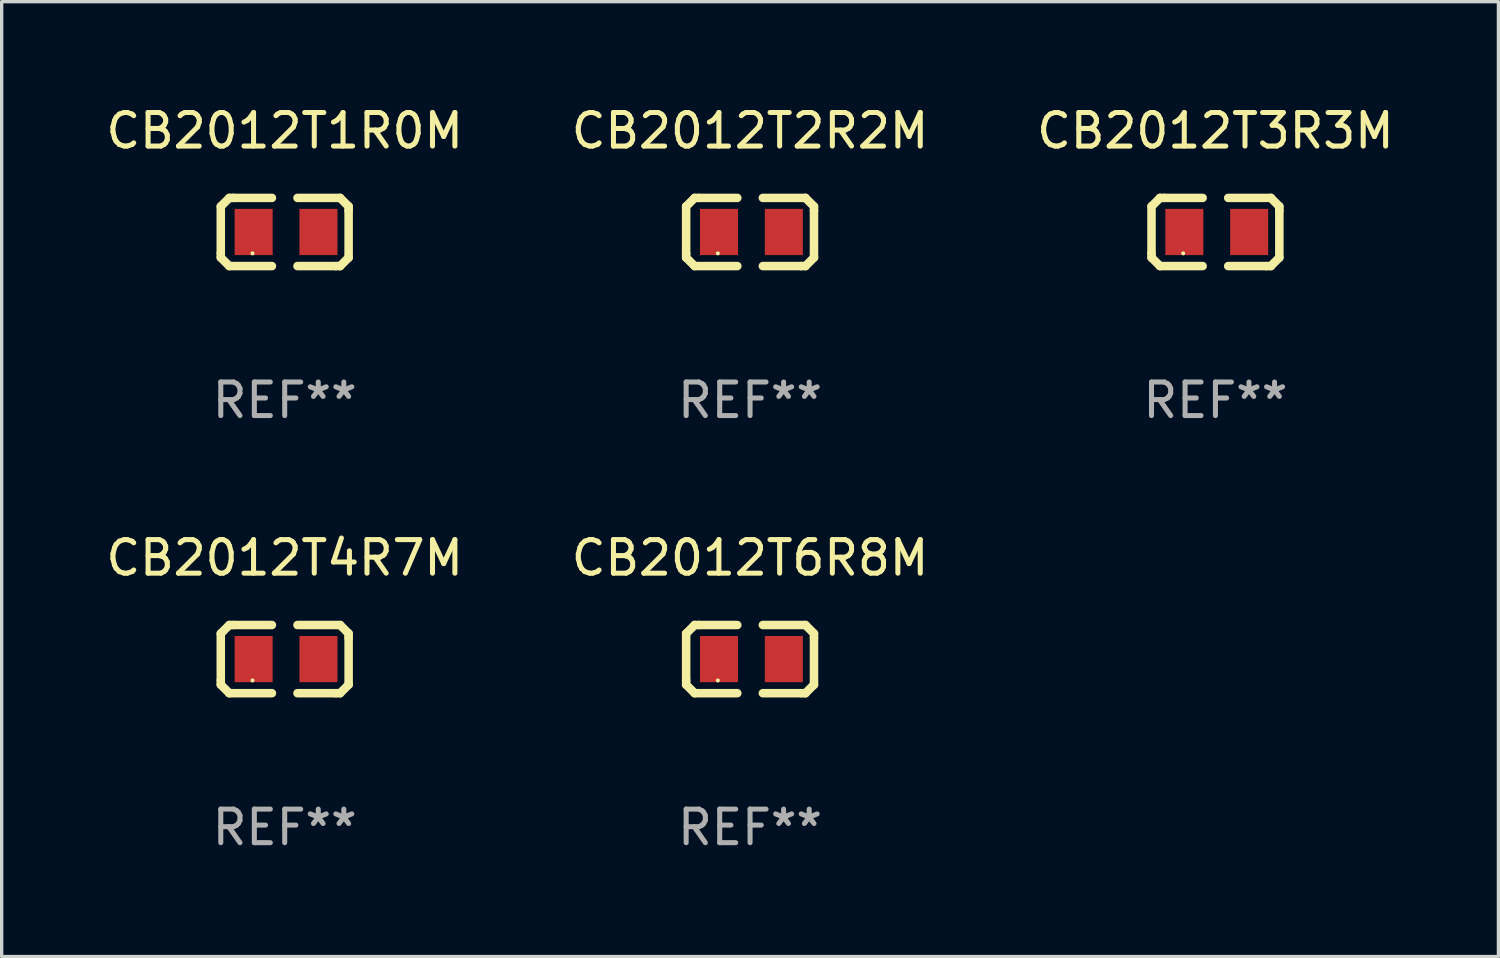
<source format=kicad_pcb>
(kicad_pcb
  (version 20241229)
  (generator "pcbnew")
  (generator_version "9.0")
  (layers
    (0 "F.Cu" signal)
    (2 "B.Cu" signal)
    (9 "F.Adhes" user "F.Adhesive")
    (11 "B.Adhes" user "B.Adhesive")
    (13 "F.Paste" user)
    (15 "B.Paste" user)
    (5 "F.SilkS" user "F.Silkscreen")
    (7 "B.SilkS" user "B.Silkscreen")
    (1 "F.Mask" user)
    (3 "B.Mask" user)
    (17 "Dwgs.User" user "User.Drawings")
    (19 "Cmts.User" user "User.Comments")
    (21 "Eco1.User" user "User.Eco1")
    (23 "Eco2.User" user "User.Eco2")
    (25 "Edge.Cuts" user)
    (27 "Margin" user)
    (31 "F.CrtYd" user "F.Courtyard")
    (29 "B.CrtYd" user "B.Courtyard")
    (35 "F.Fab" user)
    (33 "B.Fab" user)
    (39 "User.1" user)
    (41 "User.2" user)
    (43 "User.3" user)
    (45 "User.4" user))
  (footprint "CB2012T2R2M"
    (layer "F.Cu")
    (at 19.304 3.864)
    (property "Reference" "CB2012T2R2M" (at 0 -3.016 0) (layer "F.SilkS") (effects (font (size 1 1) (thickness 0.15))))
    (attr through_hole)
    (fp_line (start -1.905 -0.762) (end -1.905 0.635) (stroke (width 0.254) (type solid)) (layer "F.SilkS"))
    (fp_line (start -1.905 0.635) (end -1.905 0.762) (stroke (width 0.254) (type solid)) (layer "F.SilkS"))
    (fp_line (start -1.905 0.762) (end -1.651 1.016) (stroke (width 0.254) (type solid)) (layer "F.SilkS"))
    (fp_line (start -1.651 -1.016) (end -1.905 -0.762) (stroke (width 0.254) (type solid)) (layer "F.SilkS"))
    (fp_line (start -1.651 1.016) (end -0.381 1.016) (stroke (width 0.254) (type solid)) (layer "F.SilkS"))
    (fp_line (start -1.524 -1.016) (end -1.651 -1.016) (stroke (width 0.254) (type solid)) (layer "F.SilkS"))
    (fp_line (start -0.381 -1.016) (end -1.524 -1.016) (stroke (width 0.254) (type solid)) (layer "F.SilkS"))
    (fp_line (start 0.381 1.016) (end 1.524 1.016) (stroke (width 0.254) (type solid)) (layer "F.SilkS"))
    (fp_line (start 1.524 1.016) (end 1.651 1.016) (stroke (width 0.254) (type solid)) (layer "F.SilkS"))
    (fp_line (start 1.651 -1.016) (end 0.381 -1.016) (stroke (width 0.254) (type solid)) (layer "F.SilkS"))
    (fp_line (start 1.651 1.016) (end 1.905 0.762) (stroke (width 0.254) (type solid)) (layer "F.SilkS"))
    (fp_line (start 1.905 -0.762) (end 1.651 -1.016) (stroke (width 0.254) (type solid)) (layer "F.SilkS"))
    (fp_line (start 1.905 -0.635) (end 1.905 -0.762) (stroke (width 0.254) (type solid)) (layer "F.SilkS"))
    (fp_line (start 1.905 0.762) (end 1.905 -0.635) (stroke (width 0.254) (type solid)) (layer "F.SilkS"))
    (fp_circle (center -0.96 0.637) (end -0.93 0.637) (stroke (width 0.06) (type solid)) (fill no) (layer "F.SilkS"))
    (fp_text user "REF**" (at 0 5.016 0) (layer "F.Fab") (effects (font (size 1 1) (thickness 0.15))))
    (pad "1" smd rect (at -0.926 -0.000051) (size 1.133 1.377) (layers "F.Cu" "F.Mask" "F.Paste"))
    (pad "2" smd rect (at 1.006 -0.000051) (size 1.133 1.377) (layers "F.Cu" "F.Mask" "F.Paste")))
  (footprint "CB2012T3R3M"
    (layer "F.Cu")
    (at 33.173 3.864)
    (property "Reference" "CB2012T3R3M" (at 0 -3.016 0) (layer "F.SilkS") (effects (font (size 1 1) (thickness 0.15))))
    (attr through_hole)
    (fp_line (start -1.905 -0.762) (end -1.905 0.635) (stroke (width 0.254) (type solid)) (layer "F.SilkS"))
    (fp_line (start -1.905 0.635) (end -1.905 0.762) (stroke (width 0.254) (type solid)) (layer "F.SilkS"))
    (fp_line (start -1.905 0.762) (end -1.651 1.016) (stroke (width 0.254) (type solid)) (layer "F.SilkS"))
    (fp_line (start -1.651 -1.016) (end -1.905 -0.762) (stroke (width 0.254) (type solid)) (layer "F.SilkS"))
    (fp_line (start -1.651 1.016) (end -0.381 1.016) (stroke (width 0.254) (type solid)) (layer "F.SilkS"))
    (fp_line (start -1.524 -1.016) (end -1.651 -1.016) (stroke (width 0.254) (type solid)) (layer "F.SilkS"))
    (fp_line (start -0.381 -1.016) (end -1.524 -1.016) (stroke (width 0.254) (type solid)) (layer "F.SilkS"))
    (fp_line (start 0.381 1.016) (end 1.524 1.016) (stroke (width 0.254) (type solid)) (layer "F.SilkS"))
    (fp_line (start 1.524 1.016) (end 1.651 1.016) (stroke (width 0.254) (type solid)) (layer "F.SilkS"))
    (fp_line (start 1.651 -1.016) (end 0.381 -1.016) (stroke (width 0.254) (type solid)) (layer "F.SilkS"))
    (fp_line (start 1.651 1.016) (end 1.905 0.762) (stroke (width 0.254) (type solid)) (layer "F.SilkS"))
    (fp_line (start 1.905 -0.762) (end 1.651 -1.016) (stroke (width 0.254) (type solid)) (layer "F.SilkS"))
    (fp_line (start 1.905 -0.635) (end 1.905 -0.762) (stroke (width 0.254) (type solid)) (layer "F.SilkS"))
    (fp_line (start 1.905 0.762) (end 1.905 -0.635) (stroke (width 0.254) (type solid)) (layer "F.SilkS"))
    (fp_circle (center -0.96 0.637) (end -0.93 0.637) (stroke (width 0.06) (type solid)) (fill no) (layer "F.SilkS"))
    (fp_text user "REF**" (at 0 5.016 0) (layer "F.Fab") (effects (font (size 1 1) (thickness 0.15))))
    (pad "1" smd rect (at -0.926 -0.000051) (size 1.133 1.377) (layers "F.Cu" "F.Mask" "F.Paste"))
    (pad "2" smd rect (at 1.006 -0.000051) (size 1.133 1.377) (layers "F.Cu" "F.Mask" "F.Paste")))
  (footprint "CB2012T6R8M"
    (layer "F.Cu")
    (at 19.304 16.593)
    (property "Reference" "CB2012T6R8M" (at 0 -3.016 0) (layer "F.SilkS") (effects (font (size 1 1) (thickness 0.15))))
    (attr through_hole)
    (fp_line (start -1.905 -0.762) (end -1.905 0.635) (stroke (width 0.254) (type solid)) (layer "F.SilkS"))
    (fp_line (start -1.905 0.635) (end -1.905 0.762) (stroke (width 0.254) (type solid)) (layer "F.SilkS"))
    (fp_line (start -1.905 0.762) (end -1.651 1.016) (stroke (width 0.254) (type solid)) (layer "F.SilkS"))
    (fp_line (start -1.651 -1.016) (end -1.905 -0.762) (stroke (width 0.254) (type solid)) (layer "F.SilkS"))
    (fp_line (start -1.651 1.016) (end -0.381 1.016) (stroke (width 0.254) (type solid)) (layer "F.SilkS"))
    (fp_line (start -1.524 -1.016) (end -1.651 -1.016) (stroke (width 0.254) (type solid)) (layer "F.SilkS"))
    (fp_line (start -0.381 -1.016) (end -1.524 -1.016) (stroke (width 0.254) (type solid)) (layer "F.SilkS"))
    (fp_line (start 0.381 1.016) (end 1.524 1.016) (stroke (width 0.254) (type solid)) (layer "F.SilkS"))
    (fp_line (start 1.524 1.016) (end 1.651 1.016) (stroke (width 0.254) (type solid)) (layer "F.SilkS"))
    (fp_line (start 1.651 -1.016) (end 0.381 -1.016) (stroke (width 0.254) (type solid)) (layer "F.SilkS"))
    (fp_line (start 1.651 1.016) (end 1.905 0.762) (stroke (width 0.254) (type solid)) (layer "F.SilkS"))
    (fp_line (start 1.905 -0.762) (end 1.651 -1.016) (stroke (width 0.254) (type solid)) (layer "F.SilkS"))
    (fp_line (start 1.905 -0.635) (end 1.905 -0.762) (stroke (width 0.254) (type solid)) (layer "F.SilkS"))
    (fp_line (start 1.905 0.762) (end 1.905 -0.635) (stroke (width 0.254) (type solid)) (layer "F.SilkS"))
    (fp_circle (center -0.96 0.637) (end -0.93 0.637) (stroke (width 0.06) (type solid)) (fill no) (layer "F.SilkS"))
    (fp_text user "REF**" (at 0 5.016 0) (layer "F.Fab") (effects (font (size 1 1) (thickness 0.15))))
    (pad "1" smd rect (at -0.926 -0.000051) (size 1.133 1.377) (layers "F.Cu" "F.Mask" "F.Paste"))
    (pad "2" smd rect (at 1.006 -0.000051) (size 1.133 1.377) (layers "F.Cu" "F.Mask" "F.Paste")))
  (footprint "CB2012T4R7M"
    (layer "F.Cu")
    (at 5.435 16.593)
    (property "Reference" "CB2012T4R7M" (at 0 -3.016 0) (layer "F.SilkS") (effects (font (size 1 1) (thickness 0.15))))
    (attr through_hole)
    (fp_line (start -1.905 -0.762) (end -1.905 0.635) (stroke (width 0.254) (type solid)) (layer "F.SilkS"))
    (fp_line (start -1.905 0.635) (end -1.905 0.762) (stroke (width 0.254) (type solid)) (layer "F.SilkS"))
    (fp_line (start -1.905 0.762) (end -1.651 1.016) (stroke (width 0.254) (type solid)) (layer "F.SilkS"))
    (fp_line (start -1.651 -1.016) (end -1.905 -0.762) (stroke (width 0.254) (type solid)) (layer "F.SilkS"))
    (fp_line (start -1.651 1.016) (end -0.381 1.016) (stroke (width 0.254) (type solid)) (layer "F.SilkS"))
    (fp_line (start -1.524 -1.016) (end -1.651 -1.016) (stroke (width 0.254) (type solid)) (layer "F.SilkS"))
    (fp_line (start -0.381 -1.016) (end -1.524 -1.016) (stroke (width 0.254) (type solid)) (layer "F.SilkS"))
    (fp_line (start 0.381 1.016) (end 1.524 1.016) (stroke (width 0.254) (type solid)) (layer "F.SilkS"))
    (fp_line (start 1.524 1.016) (end 1.651 1.016) (stroke (width 0.254) (type solid)) (layer "F.SilkS"))
    (fp_line (start 1.651 -1.016) (end 0.381 -1.016) (stroke (width 0.254) (type solid)) (layer "F.SilkS"))
    (fp_line (start 1.651 1.016) (end 1.905 0.762) (stroke (width 0.254) (type solid)) (layer "F.SilkS"))
    (fp_line (start 1.905 -0.762) (end 1.651 -1.016) (stroke (width 0.254) (type solid)) (layer "F.SilkS"))
    (fp_line (start 1.905 -0.635) (end 1.905 -0.762) (stroke (width 0.254) (type solid)) (layer "F.SilkS"))
    (fp_line (start 1.905 0.762) (end 1.905 -0.635) (stroke (width 0.254) (type solid)) (layer "F.SilkS"))
    (fp_circle (center -0.96 0.637) (end -0.93 0.637) (stroke (width 0.06) (type solid)) (fill no) (layer "F.SilkS"))
    (fp_text user "REF**" (at 0 5.016 0) (layer "F.Fab") (effects (font (size 1 1) (thickness 0.15))))
    (pad "1" smd rect (at -0.926 -0.000051) (size 1.133 1.377) (layers "F.Cu" "F.Mask" "F.Paste"))
    (pad "2" smd rect (at 1.006 -0.000051) (size 1.133 1.377) (layers "F.Cu" "F.Mask" "F.Paste")))
  (footprint "CB2012T1R0M"
    (layer "F.Cu")
    (at 5.435 3.864)
    (property "Reference" "CB2012T1R0M" (at 0 -3.016 0) (layer "F.SilkS") (effects (font (size 1 1) (thickness 0.15))))
    (attr through_hole)
    (fp_line (start -1.905 -0.762) (end -1.905 0.635) (stroke (width 0.254) (type solid)) (layer "F.SilkS"))
    (fp_line (start -1.905 0.635) (end -1.905 0.762) (stroke (width 0.254) (type solid)) (layer "F.SilkS"))
    (fp_line (start -1.905 0.762) (end -1.651 1.016) (stroke (width 0.254) (type solid)) (layer "F.SilkS"))
    (fp_line (start -1.651 -1.016) (end -1.905 -0.762) (stroke (width 0.254) (type solid)) (layer "F.SilkS"))
    (fp_line (start -1.651 1.016) (end -0.381 1.016) (stroke (width 0.254) (type solid)) (layer "F.SilkS"))
    (fp_line (start -1.524 -1.016) (end -1.651 -1.016) (stroke (width 0.254) (type solid)) (layer "F.SilkS"))
    (fp_line (start -0.381 -1.016) (end -1.524 -1.016) (stroke (width 0.254) (type solid)) (layer "F.SilkS"))
    (fp_line (start 0.381 1.016) (end 1.524 1.016) (stroke (width 0.254) (type solid)) (layer "F.SilkS"))
    (fp_line (start 1.524 1.016) (end 1.651 1.016) (stroke (width 0.254) (type solid)) (layer "F.SilkS"))
    (fp_line (start 1.651 -1.016) (end 0.381 -1.016) (stroke (width 0.254) (type solid)) (layer "F.SilkS"))
    (fp_line (start 1.651 1.016) (end 1.905 0.762) (stroke (width 0.254) (type solid)) (layer "F.SilkS"))
    (fp_line (start 1.905 -0.762) (end 1.651 -1.016) (stroke (width 0.254) (type solid)) (layer "F.SilkS"))
    (fp_line (start 1.905 -0.635) (end 1.905 -0.762) (stroke (width 0.254) (type solid)) (layer "F.SilkS"))
    (fp_line (start 1.905 0.762) (end 1.905 -0.635) (stroke (width 0.254) (type solid)) (layer "F.SilkS"))
    (fp_circle (center -0.96 0.637) (end -0.93 0.637) (stroke (width 0.06) (type solid)) (fill no) (layer "F.SilkS"))
    (fp_text user "REF**" (at 0 5.016 0) (layer "F.Fab") (effects (font (size 1 1) (thickness 0.15))))
    (pad "1" smd rect (at -0.926 -0.000051) (size 1.133 1.377) (layers "F.Cu" "F.Mask" "F.Paste"))
    (pad "2" smd rect (at 1.006 -0.000051) (size 1.133 1.377) (layers "F.Cu" "F.Mask" "F.Paste")))
  (gr_rect
    (start -3 -3)
    (end 41.607 25.457)
    (stroke (width 0.1) (type default))
    (fill no)
    (layer "Edge.Cuts")))
</source>
